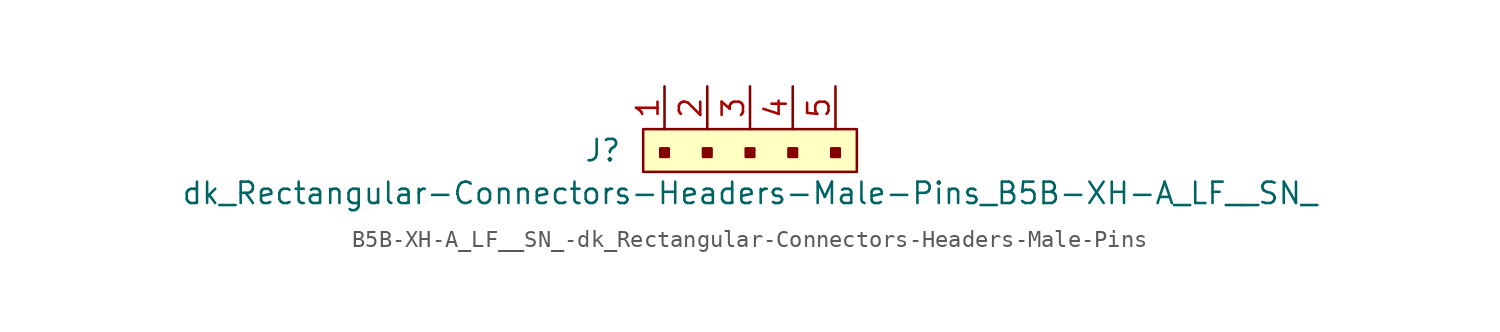
<source format=kicad_sym>
(kicad_symbol_lib
  (version 20220914)
  (generator kicad_symbol_editor)
  (symbol "B5B-XH-A_LF__SN_-dk_Rectangular-Connectors-Headers-Male-Pins"
    (pin_names
      (offset 1.016))
    (property "Reference" "J"
      (at -2.54 -1.27 0)
      (effects (font (size 1.27 1.27)) (justify right)))
    (property "Value" "dk_Rectangular-Connectors-Headers-Male-Pins_B5B-XH-A_LF__SN_"
      (at 5.08 -3.81 0)
      (effects (font (size 1.27 1.27))))
    (symbol "B5B-XH-A_LF__SN_-dk_Rectangular-Connectors-Headers-Male-Pins_1_1"
      (rectangle (start -1.27 0) (end 11.43 -2.54) (stroke (width 0) (type solid)) (fill (type background)))
      (rectangle (start -0.254 -1.143) (end 0.254 -1.651) (stroke (width 0) (type solid)) (fill (type outline)))
      (rectangle (start 2.286 -1.143) (end 2.794 -1.651) (stroke (width 0) (type solid)) (fill (type outline)))
      (rectangle (start 4.826 -1.143) (end 5.334 -1.651) (stroke (width 0) (type solid)) (fill (type outline)))
      (rectangle (start 7.366 -1.143) (end 7.874 -1.651) (stroke (width 0) (type solid)) (fill (type outline)))
      (rectangle (start 9.906 -1.143) (end 10.414 -1.651) (stroke (width 0) (type solid)) (fill (type outline)))
      (pin passive line (at 0 2.54 270) (length 2.54) (name "~" (effects (font (size 1.27 1.27)))) (number "1" (effects (font (size 1.27 1.27)))))
      (pin passive line (at 2.54 2.54 270) (length 2.54) (name "~" (effects (font (size 1.27 1.27)))) (number "2" (effects (font (size 1.27 1.27)))))
      (pin passive line (at 5.08 2.54 270) (length 2.54) (name "~" (effects (font (size 1.27 1.27)))) (number "3" (effects (font (size 1.27 1.27)))))
      (pin passive line (at 7.62 2.54 270) (length 2.54) (name "~" (effects (font (size 1.27 1.27)))) (number "4" (effects (font (size 1.27 1.27)))))
      (pin passive line (at 10.16 2.54 270) (length 2.54) (name "~" (effects (font (size 1.27 1.27)))) (number "5" (effects (font (size 1.27 1.27))))))))
</source>
